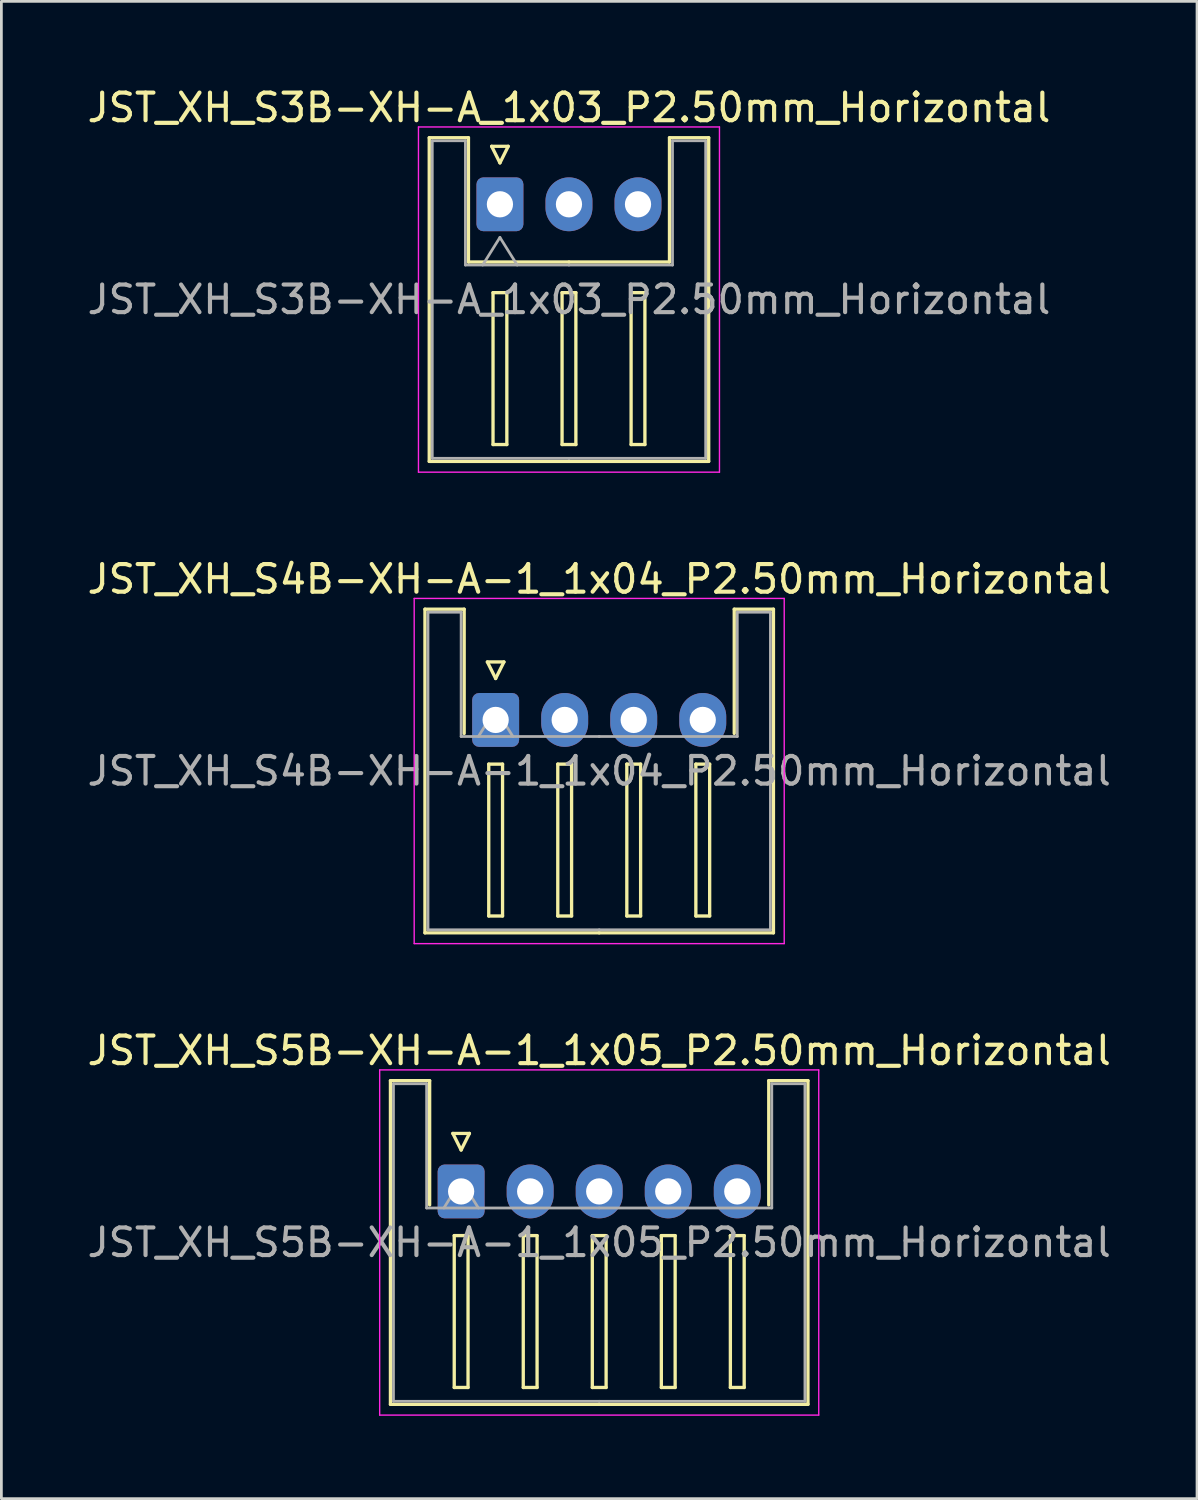
<source format=kicad_pcb>
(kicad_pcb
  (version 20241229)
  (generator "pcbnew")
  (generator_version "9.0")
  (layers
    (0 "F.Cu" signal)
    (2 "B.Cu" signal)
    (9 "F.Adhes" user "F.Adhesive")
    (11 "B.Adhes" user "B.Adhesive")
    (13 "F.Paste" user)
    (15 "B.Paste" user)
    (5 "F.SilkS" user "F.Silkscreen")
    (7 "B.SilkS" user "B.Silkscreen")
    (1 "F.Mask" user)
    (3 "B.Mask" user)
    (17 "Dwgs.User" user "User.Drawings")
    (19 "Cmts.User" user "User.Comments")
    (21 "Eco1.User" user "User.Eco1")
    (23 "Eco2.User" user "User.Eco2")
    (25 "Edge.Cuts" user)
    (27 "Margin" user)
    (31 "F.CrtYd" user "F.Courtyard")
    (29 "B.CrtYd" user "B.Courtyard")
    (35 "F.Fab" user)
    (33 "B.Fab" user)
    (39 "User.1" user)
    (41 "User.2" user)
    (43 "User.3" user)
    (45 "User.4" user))
  (footprint "JST_XH_S5B-XH-A-1_1x05_P2.50mm_Horizontal"
    (layer "F.Cu")
    (at 13.649 40.095)
    (property "Reference" "JST_XH_S5B-XH-A-1_1x05_P2.50mm_Horizontal" (at 5 -5.1 0) (layer "F.SilkS") (effects (font (size 1 1) (thickness 0.15))))
    (attr through_hole)
    (fp_line (start -2.56 -4.01) (end -1.14 -4.01) (stroke (width 0.12) (type solid)) (layer "F.SilkS"))
    (fp_line (start -2.56 7.71) (end -2.56 -4.01) (stroke (width 0.12) (type solid)) (layer "F.SilkS"))
    (fp_line (start -1.14 -4.01) (end -1.14 0.49) (stroke (width 0.12) (type solid)) (layer "F.SilkS"))
    (fp_line (start -0.3 -2.1) (end 0.3 -2.1) (stroke (width 0.12) (type solid)) (layer "F.SilkS"))
    (fp_line (start -0.25 1.6) (end -0.25 7.1) (stroke (width 0.12) (type solid)) (layer "F.SilkS"))
    (fp_line (start -0.25 7.1) (end 0.25 7.1) (stroke (width 0.12) (type solid)) (layer "F.SilkS"))
    (fp_line (start 0 -1.5) (end -0.3 -2.1) (stroke (width 0.12) (type solid)) (layer "F.SilkS"))
    (fp_line (start 0.25 1.6) (end -0.25 1.6) (stroke (width 0.12) (type solid)) (layer "F.SilkS"))
    (fp_line (start 0.25 7.1) (end 0.25 1.6) (stroke (width 0.12) (type solid)) (layer "F.SilkS"))
    (fp_line (start 0.3 -2.1) (end 0 -1.5) (stroke (width 0.12) (type solid)) (layer "F.SilkS"))
    (fp_line (start 2.25 1.6) (end 2.25 7.1) (stroke (width 0.12) (type solid)) (layer "F.SilkS"))
    (fp_line (start 2.25 7.1) (end 2.75 7.1) (stroke (width 0.12) (type solid)) (layer "F.SilkS"))
    (fp_line (start 2.75 1.6) (end 2.25 1.6) (stroke (width 0.12) (type solid)) (layer "F.SilkS"))
    (fp_line (start 2.75 7.1) (end 2.75 1.6) (stroke (width 0.12) (type solid)) (layer "F.SilkS"))
    (fp_line (start 4.75 1.6) (end 4.75 7.1) (stroke (width 0.12) (type solid)) (layer "F.SilkS"))
    (fp_line (start 4.75 7.1) (end 5.25 7.1) (stroke (width 0.12) (type solid)) (layer "F.SilkS"))
    (fp_line (start 5 7.71) (end -2.56 7.71) (stroke (width 0.12) (type solid)) (layer "F.SilkS"))
    (fp_line (start 5 7.71) (end 12.56 7.71) (stroke (width 0.12) (type solid)) (layer "F.SilkS"))
    (fp_line (start 5.25 1.6) (end 4.75 1.6) (stroke (width 0.12) (type solid)) (layer "F.SilkS"))
    (fp_line (start 5.25 7.1) (end 5.25 1.6) (stroke (width 0.12) (type solid)) (layer "F.SilkS"))
    (fp_line (start 7.25 1.6) (end 7.25 7.1) (stroke (width 0.12) (type solid)) (layer "F.SilkS"))
    (fp_line (start 7.25 7.1) (end 7.75 7.1) (stroke (width 0.12) (type solid)) (layer "F.SilkS"))
    (fp_line (start 7.75 1.6) (end 7.25 1.6) (stroke (width 0.12) (type solid)) (layer "F.SilkS"))
    (fp_line (start 7.75 7.1) (end 7.75 1.6) (stroke (width 0.12) (type solid)) (layer "F.SilkS"))
    (fp_line (start 9.75 1.6) (end 9.75 7.1) (stroke (width 0.12) (type solid)) (layer "F.SilkS"))
    (fp_line (start 9.75 7.1) (end 10.25 7.1) (stroke (width 0.12) (type solid)) (layer "F.SilkS"))
    (fp_line (start 10.25 1.6) (end 9.75 1.6) (stroke (width 0.12) (type solid)) (layer "F.SilkS"))
    (fp_line (start 10.25 7.1) (end 10.25 1.6) (stroke (width 0.12) (type solid)) (layer "F.SilkS"))
    (fp_line (start 11.14 -4.01) (end 11.14 0.49) (stroke (width 0.12) (type solid)) (layer "F.SilkS"))
    (fp_line (start 12.56 -4.01) (end 11.14 -4.01) (stroke (width 0.12) (type solid)) (layer "F.SilkS"))
    (fp_line (start 12.56 7.71) (end 12.56 -4.01) (stroke (width 0.12) (type solid)) (layer "F.SilkS"))
    (fp_line (start -2.95 -4.4) (end -2.95 8.1) (stroke (width 0.05) (type solid)) (layer "F.CrtYd"))
    (fp_line (start -2.95 8.1) (end 12.95 8.1) (stroke (width 0.05) (type solid)) (layer "F.CrtYd"))
    (fp_line (start 12.95 -4.4) (end -2.95 -4.4) (stroke (width 0.05) (type solid)) (layer "F.CrtYd"))
    (fp_line (start 12.95 8.1) (end 12.95 -4.4) (stroke (width 0.05) (type solid)) (layer "F.CrtYd"))
    (fp_line (start -2.45 -3.9) (end -1.25 -3.9) (stroke (width 0.1) (type solid)) (layer "F.Fab"))
    (fp_line (start -2.45 7.6) (end -2.45 -3.9) (stroke (width 0.1) (type solid)) (layer "F.Fab"))
    (fp_line (start -1.25 -3.9) (end -1.25 0.6) (stroke (width 0.1) (type solid)) (layer "F.Fab"))
    (fp_line (start -1.25 0.6) (end 5 0.6) (stroke (width 0.1) (type solid)) (layer "F.Fab"))
    (fp_line (start -0.625 0.6) (end 0 -0.4) (stroke (width 0.1) (type solid)) (layer "F.Fab"))
    (fp_line (start 0 -0.4) (end 0.625 0.6) (stroke (width 0.1) (type solid)) (layer "F.Fab"))
    (fp_line (start 5 7.6) (end -2.45 7.6) (stroke (width 0.1) (type solid)) (layer "F.Fab"))
    (fp_line (start 5 7.6) (end 12.45 7.6) (stroke (width 0.1) (type solid)) (layer "F.Fab"))
    (fp_line (start 11.25 -3.9) (end 11.25 0.6) (stroke (width 0.1) (type solid)) (layer "F.Fab"))
    (fp_line (start 11.25 0.6) (end 5 0.6) (stroke (width 0.1) (type solid)) (layer "F.Fab"))
    (fp_line (start 12.45 -3.9) (end 11.25 -3.9) (stroke (width 0.1) (type solid)) (layer "F.Fab"))
    (fp_line (start 12.45 7.6) (end 12.45 -3.9) (stroke (width 0.1) (type solid)) (layer "F.Fab"))
    (fp_text user "${REFERENCE}" (at 5 1.85 0) (layer "F.Fab") (effects (font (size 1 1) (thickness 0.15))))
    (pad "1" thru_hole roundrect (at 0 0) (size 1.7 1.95) (drill 0.95) (layers "*.Cu" "*.Mask") (roundrect_rratio 0.147))
    (pad "2" thru_hole oval (at 2.5 0) (size 1.7 1.95) (drill 0.95) (layers "*.Cu" "*.Mask"))
    (pad "3" thru_hole oval (at 5 0) (size 1.7 1.95) (drill 0.95) (layers "*.Cu" "*.Mask"))
    (pad "4" thru_hole oval (at 7.5 0) (size 1.7 1.95) (drill 0.95) (layers "*.Cu" "*.Mask"))
    (pad "5" thru_hole oval (at 10 0) (size 1.7 1.95) (drill 0.95) (layers "*.Cu" "*.Mask")))
  (footprint "JST_XH_S3B-XH-A_1x03_P2.50mm_Horizontal"
    (layer "F.Cu")
    (at 15.054 4.348)
    (property "Reference" "JST_XH_S3B-XH-A_1x03_P2.50mm_Horizontal" (at 2.5 -3.5 0) (layer "F.SilkS") (effects (font (size 1 1) (thickness 0.15))))
    (attr through_hole)
    (fp_line (start -2.56 -2.41) (end -1.14 -2.41) (stroke (width 0.12) (type solid)) (layer "F.SilkS"))
    (fp_line (start -2.56 9.31) (end -2.56 -2.41) (stroke (width 0.12) (type solid)) (layer "F.SilkS"))
    (fp_line (start -1.14 -2.41) (end -1.14 2.09) (stroke (width 0.12) (type solid)) (layer "F.SilkS"))
    (fp_line (start -1.14 2.09) (end 2.5 2.09) (stroke (width 0.12) (type solid)) (layer "F.SilkS"))
    (fp_line (start -0.3 -2.1) (end 0.3 -2.1) (stroke (width 0.12) (type solid)) (layer "F.SilkS"))
    (fp_line (start -0.25 3.2) (end -0.25 8.7) (stroke (width 0.12) (type solid)) (layer "F.SilkS"))
    (fp_line (start -0.25 8.7) (end 0.25 8.7) (stroke (width 0.12) (type solid)) (layer "F.SilkS"))
    (fp_line (start 0 -1.5) (end -0.3 -2.1) (stroke (width 0.12) (type solid)) (layer "F.SilkS"))
    (fp_line (start 0.25 3.2) (end -0.25 3.2) (stroke (width 0.12) (type solid)) (layer "F.SilkS"))
    (fp_line (start 0.25 8.7) (end 0.25 3.2) (stroke (width 0.12) (type solid)) (layer "F.SilkS"))
    (fp_line (start 0.3 -2.1) (end 0 -1.5) (stroke (width 0.12) (type solid)) (layer "F.SilkS"))
    (fp_line (start 2.25 3.2) (end 2.25 8.7) (stroke (width 0.12) (type solid)) (layer "F.SilkS"))
    (fp_line (start 2.25 8.7) (end 2.75 8.7) (stroke (width 0.12) (type solid)) (layer "F.SilkS"))
    (fp_line (start 2.5 9.31) (end -2.56 9.31) (stroke (width 0.12) (type solid)) (layer "F.SilkS"))
    (fp_line (start 2.5 9.31) (end 7.56 9.31) (stroke (width 0.12) (type solid)) (layer "F.SilkS"))
    (fp_line (start 2.75 3.2) (end 2.25 3.2) (stroke (width 0.12) (type solid)) (layer "F.SilkS"))
    (fp_line (start 2.75 8.7) (end 2.75 3.2) (stroke (width 0.12) (type solid)) (layer "F.SilkS"))
    (fp_line (start 4.75 3.2) (end 4.75 8.7) (stroke (width 0.12) (type solid)) (layer "F.SilkS"))
    (fp_line (start 4.75 8.7) (end 5.25 8.7) (stroke (width 0.12) (type solid)) (layer "F.SilkS"))
    (fp_line (start 5.25 3.2) (end 4.75 3.2) (stroke (width 0.12) (type solid)) (layer "F.SilkS"))
    (fp_line (start 5.25 8.7) (end 5.25 3.2) (stroke (width 0.12) (type solid)) (layer "F.SilkS"))
    (fp_line (start 6.14 -2.41) (end 6.14 2.09) (stroke (width 0.12) (type solid)) (layer "F.SilkS"))
    (fp_line (start 6.14 2.09) (end 2.5 2.09) (stroke (width 0.12) (type solid)) (layer "F.SilkS"))
    (fp_line (start 7.56 -2.41) (end 6.14 -2.41) (stroke (width 0.12) (type solid)) (layer "F.SilkS"))
    (fp_line (start 7.56 9.31) (end 7.56 -2.41) (stroke (width 0.12) (type solid)) (layer "F.SilkS"))
    (fp_line (start -2.95 -2.8) (end -2.95 9.7) (stroke (width 0.05) (type solid)) (layer "F.CrtYd"))
    (fp_line (start -2.95 9.7) (end 7.95 9.7) (stroke (width 0.05) (type solid)) (layer "F.CrtYd"))
    (fp_line (start 7.95 -2.8) (end -2.95 -2.8) (stroke (width 0.05) (type solid)) (layer "F.CrtYd"))
    (fp_line (start 7.95 9.7) (end 7.95 -2.8) (stroke (width 0.05) (type solid)) (layer "F.CrtYd"))
    (fp_line (start -2.45 -2.3) (end -1.25 -2.3) (stroke (width 0.1) (type solid)) (layer "F.Fab"))
    (fp_line (start -2.45 9.2) (end -2.45 -2.3) (stroke (width 0.1) (type solid)) (layer "F.Fab"))
    (fp_line (start -1.25 -2.3) (end -1.25 2.2) (stroke (width 0.1) (type solid)) (layer "F.Fab"))
    (fp_line (start -1.25 2.2) (end 2.5 2.2) (stroke (width 0.1) (type solid)) (layer "F.Fab"))
    (fp_line (start -0.625 2.2) (end 0 1.2) (stroke (width 0.1) (type solid)) (layer "F.Fab"))
    (fp_line (start 0 1.2) (end 0.625 2.2) (stroke (width 0.1) (type solid)) (layer "F.Fab"))
    (fp_line (start 2.5 9.2) (end -2.45 9.2) (stroke (width 0.1) (type solid)) (layer "F.Fab"))
    (fp_line (start 2.5 9.2) (end 7.45 9.2) (stroke (width 0.1) (type solid)) (layer "F.Fab"))
    (fp_line (start 6.25 -2.3) (end 6.25 2.2) (stroke (width 0.1) (type solid)) (layer "F.Fab"))
    (fp_line (start 6.25 2.2) (end 2.5 2.2) (stroke (width 0.1) (type solid)) (layer "F.Fab"))
    (fp_line (start 7.45 -2.3) (end 6.25 -2.3) (stroke (width 0.1) (type solid)) (layer "F.Fab"))
    (fp_line (start 7.45 9.2) (end 7.45 -2.3) (stroke (width 0.1) (type solid)) (layer "F.Fab"))
    (fp_text user "${REFERENCE}" (at 2.5 3.45 0) (layer "F.Fab") (effects (font (size 1 1) (thickness 0.15))))
    (pad "1" thru_hole roundrect (at 0 0) (size 1.7 1.95) (drill 0.95) (layers "*.Cu" "*.Mask") (roundrect_rratio 0.147))
    (pad "2" thru_hole oval (at 2.5 0) (size 1.7 1.95) (drill 0.95) (layers "*.Cu" "*.Mask"))
    (pad "3" thru_hole oval (at 5 0) (size 1.7 1.95) (drill 0.95) (layers "*.Cu" "*.Mask")))
  (footprint "JST_XH_S4B-XH-A-1_1x04_P2.50mm_Horizontal"
    (layer "F.Cu")
    (at 14.899 23.021)
    (property "Reference" "JST_XH_S4B-XH-A-1_1x04_P2.50mm_Horizontal" (at 3.75 -5.1 0) (layer "F.SilkS") (effects (font (size 1 1) (thickness 0.15))))
    (attr through_hole)
    (fp_line (start -2.56 -4.01) (end -1.14 -4.01) (stroke (width 0.12) (type solid)) (layer "F.SilkS"))
    (fp_line (start -2.56 7.71) (end -2.56 -4.01) (stroke (width 0.12) (type solid)) (layer "F.SilkS"))
    (fp_line (start -1.14 -4.01) (end -1.14 0.49) (stroke (width 0.12) (type solid)) (layer "F.SilkS"))
    (fp_line (start -0.3 -2.1) (end 0.3 -2.1) (stroke (width 0.12) (type solid)) (layer "F.SilkS"))
    (fp_line (start -0.25 1.6) (end -0.25 7.1) (stroke (width 0.12) (type solid)) (layer "F.SilkS"))
    (fp_line (start -0.25 7.1) (end 0.25 7.1) (stroke (width 0.12) (type solid)) (layer "F.SilkS"))
    (fp_line (start 0 -1.5) (end -0.3 -2.1) (stroke (width 0.12) (type solid)) (layer "F.SilkS"))
    (fp_line (start 0.25 1.6) (end -0.25 1.6) (stroke (width 0.12) (type solid)) (layer "F.SilkS"))
    (fp_line (start 0.25 7.1) (end 0.25 1.6) (stroke (width 0.12) (type solid)) (layer "F.SilkS"))
    (fp_line (start 0.3 -2.1) (end 0 -1.5) (stroke (width 0.12) (type solid)) (layer "F.SilkS"))
    (fp_line (start 2.25 1.6) (end 2.25 7.1) (stroke (width 0.12) (type solid)) (layer "F.SilkS"))
    (fp_line (start 2.25 7.1) (end 2.75 7.1) (stroke (width 0.12) (type solid)) (layer "F.SilkS"))
    (fp_line (start 2.75 1.6) (end 2.25 1.6) (stroke (width 0.12) (type solid)) (layer "F.SilkS"))
    (fp_line (start 2.75 7.1) (end 2.75 1.6) (stroke (width 0.12) (type solid)) (layer "F.SilkS"))
    (fp_line (start 3.75 7.71) (end -2.56 7.71) (stroke (width 0.12) (type solid)) (layer "F.SilkS"))
    (fp_line (start 3.75 7.71) (end 10.06 7.71) (stroke (width 0.12) (type solid)) (layer "F.SilkS"))
    (fp_line (start 4.75 1.6) (end 4.75 7.1) (stroke (width 0.12) (type solid)) (layer "F.SilkS"))
    (fp_line (start 4.75 7.1) (end 5.25 7.1) (stroke (width 0.12) (type solid)) (layer "F.SilkS"))
    (fp_line (start 5.25 1.6) (end 4.75 1.6) (stroke (width 0.12) (type solid)) (layer "F.SilkS"))
    (fp_line (start 5.25 7.1) (end 5.25 1.6) (stroke (width 0.12) (type solid)) (layer "F.SilkS"))
    (fp_line (start 7.25 1.6) (end 7.25 7.1) (stroke (width 0.12) (type solid)) (layer "F.SilkS"))
    (fp_line (start 7.25 7.1) (end 7.75 7.1) (stroke (width 0.12) (type solid)) (layer "F.SilkS"))
    (fp_line (start 7.75 1.6) (end 7.25 1.6) (stroke (width 0.12) (type solid)) (layer "F.SilkS"))
    (fp_line (start 7.75 7.1) (end 7.75 1.6) (stroke (width 0.12) (type solid)) (layer "F.SilkS"))
    (fp_line (start 8.64 -4.01) (end 8.64 0.49) (stroke (width 0.12) (type solid)) (layer "F.SilkS"))
    (fp_line (start 10.06 -4.01) (end 8.64 -4.01) (stroke (width 0.12) (type solid)) (layer "F.SilkS"))
    (fp_line (start 10.06 7.71) (end 10.06 -4.01) (stroke (width 0.12) (type solid)) (layer "F.SilkS"))
    (fp_line (start -2.95 -4.4) (end -2.95 8.1) (stroke (width 0.05) (type solid)) (layer "F.CrtYd"))
    (fp_line (start -2.95 8.1) (end 10.45 8.1) (stroke (width 0.05) (type solid)) (layer "F.CrtYd"))
    (fp_line (start 10.45 -4.4) (end -2.95 -4.4) (stroke (width 0.05) (type solid)) (layer "F.CrtYd"))
    (fp_line (start 10.45 8.1) (end 10.45 -4.4) (stroke (width 0.05) (type solid)) (layer "F.CrtYd"))
    (fp_line (start -2.45 -3.9) (end -1.25 -3.9) (stroke (width 0.1) (type solid)) (layer "F.Fab"))
    (fp_line (start -2.45 7.6) (end -2.45 -3.9) (stroke (width 0.1) (type solid)) (layer "F.Fab"))
    (fp_line (start -1.25 -3.9) (end -1.25 0.6) (stroke (width 0.1) (type solid)) (layer "F.Fab"))
    (fp_line (start -1.25 0.6) (end 3.75 0.6) (stroke (width 0.1) (type solid)) (layer "F.Fab"))
    (fp_line (start -0.625 0.6) (end 0 -0.4) (stroke (width 0.1) (type solid)) (layer "F.Fab"))
    (fp_line (start 0 -0.4) (end 0.625 0.6) (stroke (width 0.1) (type solid)) (layer "F.Fab"))
    (fp_line (start 3.75 7.6) (end -2.45 7.6) (stroke (width 0.1) (type solid)) (layer "F.Fab"))
    (fp_line (start 3.75 7.6) (end 9.95 7.6) (stroke (width 0.1) (type solid)) (layer "F.Fab"))
    (fp_line (start 8.75 -3.9) (end 8.75 0.6) (stroke (width 0.1) (type solid)) (layer "F.Fab"))
    (fp_line (start 8.75 0.6) (end 3.75 0.6) (stroke (width 0.1) (type solid)) (layer "F.Fab"))
    (fp_line (start 9.95 -3.9) (end 8.75 -3.9) (stroke (width 0.1) (type solid)) (layer "F.Fab"))
    (fp_line (start 9.95 7.6) (end 9.95 -3.9) (stroke (width 0.1) (type solid)) (layer "F.Fab"))
    (fp_text user "${REFERENCE}" (at 3.75 1.85 0) (layer "F.Fab") (effects (font (size 1 1) (thickness 0.15))))
    (pad "1" thru_hole roundrect (at 0 0) (size 1.7 1.95) (drill 0.95) (layers "*.Cu" "*.Mask") (roundrect_rratio 0.147))
    (pad "2" thru_hole oval (at 2.5 0) (size 1.7 1.95) (drill 0.95) (layers "*.Cu" "*.Mask"))
    (pad "3" thru_hole oval (at 5 0) (size 1.7 1.95) (drill 0.95) (layers "*.Cu" "*.Mask"))
    (pad "4" thru_hole oval (at 7.5 0) (size 1.7 1.95) (drill 0.95) (layers "*.Cu" "*.Mask")))
  (gr_rect
    (start -3 -3)
    (end 40.298 51.22)
    (stroke (width 0.1) (type default))
    (fill no)
    (layer "Edge.Cuts")))
</source>
